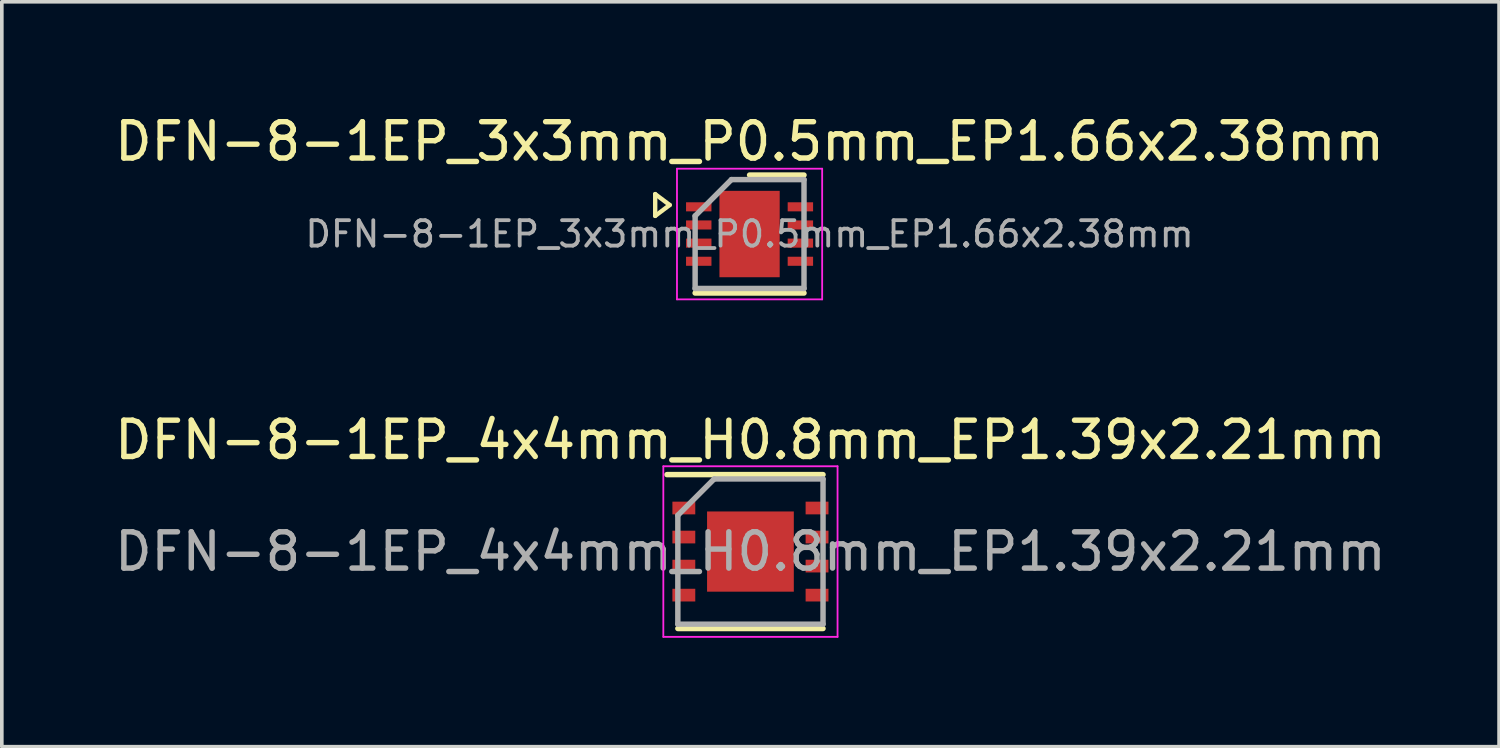
<source format=kicad_pcb>
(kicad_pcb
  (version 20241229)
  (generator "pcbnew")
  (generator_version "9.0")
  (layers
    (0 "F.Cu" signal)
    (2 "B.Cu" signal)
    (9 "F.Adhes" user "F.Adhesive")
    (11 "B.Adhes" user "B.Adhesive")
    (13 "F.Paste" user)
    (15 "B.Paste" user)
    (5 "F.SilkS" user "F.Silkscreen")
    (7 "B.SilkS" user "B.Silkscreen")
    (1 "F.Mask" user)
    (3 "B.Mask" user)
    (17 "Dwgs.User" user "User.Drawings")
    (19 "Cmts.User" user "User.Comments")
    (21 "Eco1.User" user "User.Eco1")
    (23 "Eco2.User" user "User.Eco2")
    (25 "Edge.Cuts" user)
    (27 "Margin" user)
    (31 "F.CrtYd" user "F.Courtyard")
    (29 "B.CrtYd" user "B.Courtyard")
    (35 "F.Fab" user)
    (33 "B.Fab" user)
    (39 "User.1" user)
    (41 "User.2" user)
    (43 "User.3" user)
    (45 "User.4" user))
  (footprint "DFN-8-1EP_4x4mm_H0.8mm_EP1.39x2.21mm"
    (layer "F.Cu")
    (at 17.625 12.146)
    (property "Reference" "DFN-8-1EP_4x4mm_H0.8mm_EP1.39x2.21mm" (at 0 -3.075 0) (layer "F.SilkS") (effects (font (size 1 1) (thickness 0.15))))
    (attr smd)
    (fp_line (start -2.3 -2.12) (end 2 -2.12) (stroke (width 0.15) (type solid)) (layer "F.SilkS"))
    (fp_line (start -2 2.12) (end 2 2.12) (stroke (width 0.15) (type solid)) (layer "F.SilkS"))
    (fp_line (start -2.4 -2.35) (end -2.4 2.35) (stroke (width 0.05) (type solid)) (layer "F.CrtYd"))
    (fp_line (start -2.4 -2.35) (end 2.4 -2.35) (stroke (width 0.05) (type solid)) (layer "F.CrtYd"))
    (fp_line (start -2.4 2.35) (end 2.4 2.35) (stroke (width 0.05) (type solid)) (layer "F.CrtYd"))
    (fp_line (start 2.4 -2.35) (end 2.4 2.35) (stroke (width 0.05) (type solid)) (layer "F.CrtYd"))
    (fp_line (start -2 -1) (end -1 -2) (stroke (width 0.15) (type solid)) (layer "F.Fab"))
    (fp_line (start -2 2) (end -2 -1) (stroke (width 0.15) (type solid)) (layer "F.Fab"))
    (fp_line (start -1 -2) (end 2 -2) (stroke (width 0.15) (type solid)) (layer "F.Fab"))
    (fp_line (start 2 -2) (end 2 2) (stroke (width 0.15) (type solid)) (layer "F.Fab"))
    (fp_line (start 2 2) (end -2 2) (stroke (width 0.15) (type solid)) (layer "F.Fab"))
    (fp_text user "${REFERENCE}" (at 0 0 0) (layer "F.Fab") (effects (font (size 1 1) (thickness 0.15))))
    (pad "" smd rect (at -0.598 -0.552) (size 0.83 0.77) (layers "F.Paste"))
    (pad "" smd rect (at -0.598 0.552) (size 0.83 0.77) (layers "F.Paste"))
    (pad "" smd rect (at 0.598 -0.552) (size 0.83 0.77) (layers "F.Paste"))
    (pad "" smd rect (at 0.598 0.552) (size 0.83 0.77) (layers "F.Paste"))
    (pad "1" smd rect (at -1.835 -1.2) (size 0.63 0.35) (layers "F.Cu" "F.Mask" "F.Paste"))
    (pad "2" smd rect (at -1.835 -0.4) (size 0.63 0.35) (layers "F.Cu" "F.Mask" "F.Paste"))
    (pad "3" smd rect (at -1.835 0.4) (size 0.63 0.35) (layers "F.Cu" "F.Mask" "F.Paste"))
    (pad "4" smd rect (at -1.835 1.2) (size 0.63 0.35) (layers "F.Cu" "F.Mask" "F.Paste"))
    (pad "5" smd rect (at 1.835 1.2) (size 0.63 0.35) (layers "F.Cu" "F.Mask" "F.Paste"))
    (pad "6" smd rect (at 1.835 0.4) (size 0.63 0.35) (layers "F.Cu" "F.Mask" "F.Paste"))
    (pad "7" smd rect (at 1.835 -0.4) (size 0.63 0.35) (layers "F.Cu" "F.Mask" "F.Paste"))
    (pad "8" smd rect (at 1.835 -1.2) (size 0.63 0.35) (layers "F.Cu" "F.Mask" "F.Paste"))
    (pad "9" smd rect (at 0 0) (size 2.39 2.21) (layers "F.Cu" "F.Mask")))
  (footprint "DFN-8-1EP_3x3mm_P0.5mm_EP1.66x2.38mm"
    (layer "F.Cu")
    (at 17.601 3.398)
    (property "Reference" "DFN-8-1EP_3x3mm_P0.5mm_EP1.66x2.38mm" (at 0 -2.55 0) (layer "F.SilkS") (effects (font (size 1 1) (thickness 0.15))))
    (attr smd)
    (fp_line (start -2.6 -1.1) (end -2.6 -0.5) (stroke (width 0.12) (type solid)) (layer "F.SilkS"))
    (fp_line (start -2.6 -0.5) (end -2.2 -0.8) (stroke (width 0.12) (type solid)) (layer "F.SilkS"))
    (fp_line (start -2.2 -0.8) (end -2.6 -1.1) (stroke (width 0.12) (type solid)) (layer "F.SilkS"))
    (fp_line (start -1.5 1.625) (end 1.5 1.625) (stroke (width 0.15) (type solid)) (layer "F.SilkS"))
    (fp_line (start 0 -1.625) (end 1.5 -1.625) (stroke (width 0.15) (type solid)) (layer "F.SilkS"))
    (fp_line (start -2 -1.8) (end -2 1.8) (stroke (width 0.05) (type solid)) (layer "F.CrtYd"))
    (fp_line (start -2 -1.8) (end 2 -1.8) (stroke (width 0.05) (type solid)) (layer "F.CrtYd"))
    (fp_line (start -2 1.8) (end 2 1.8) (stroke (width 0.05) (type solid)) (layer "F.CrtYd"))
    (fp_line (start 2 -1.8) (end 2 1.8) (stroke (width 0.05) (type solid)) (layer "F.CrtYd"))
    (fp_line (start -1.5 -0.5) (end -0.5 -1.5) (stroke (width 0.15) (type solid)) (layer "F.Fab"))
    (fp_line (start -1.5 1.5) (end -1.5 -0.5) (stroke (width 0.15) (type solid)) (layer "F.Fab"))
    (fp_line (start -0.5 -1.5) (end 1.5 -1.5) (stroke (width 0.15) (type solid)) (layer "F.Fab"))
    (fp_line (start 1.5 -1.5) (end 1.5 1.5) (stroke (width 0.15) (type solid)) (layer "F.Fab"))
    (fp_line (start 1.5 1.5) (end -1.5 1.5) (stroke (width 0.15) (type solid)) (layer "F.Fab"))
    (fp_text user "${REFERENCE}" (at 0 0 0) (layer "F.Fab") (effects (font (size 0.7 0.7) (thickness 0.105))))
    (pad "" smd rect (at -0.415 -0.595) (size 0.64 1) (layers "F.Paste"))
    (pad "" smd rect (at -0.415 0.595) (size 0.64 1) (layers "F.Paste"))
    (pad "" smd rect (at 0.415 -0.595) (size 0.64 1) (layers "F.Paste"))
    (pad "" smd rect (at 0.415 0.595) (size 0.64 1) (layers "F.Paste"))
    (pad "1" smd rect (at -1.4 -0.75) (size 0.7 0.25) (layers "F.Cu" "F.Mask" "F.Paste"))
    (pad "2" smd rect (at -1.4 -0.25) (size 0.7 0.25) (layers "F.Cu" "F.Mask" "F.Paste"))
    (pad "3" smd rect (at -1.4 0.25) (size 0.7 0.25) (layers "F.Cu" "F.Mask" "F.Paste"))
    (pad "4" smd rect (at -1.4 0.75) (size 0.7 0.25) (layers "F.Cu" "F.Mask" "F.Paste"))
    (pad "5" smd rect (at 1.4 0.75) (size 0.7 0.25) (layers "F.Cu" "F.Mask" "F.Paste"))
    (pad "6" smd rect (at 1.4 0.25) (size 0.7 0.25) (layers "F.Cu" "F.Mask" "F.Paste"))
    (pad "7" smd rect (at 1.4 -0.25) (size 0.7 0.25) (layers "F.Cu" "F.Mask" "F.Paste"))
    (pad "8" smd rect (at 1.4 -0.75) (size 0.7 0.25) (layers "F.Cu" "F.Mask" "F.Paste"))
    (pad "9" smd rect (at 0 0) (size 1.66 2.38) (layers "F.Cu" "F.Mask")))
  (gr_rect
    (start -3 -3)
    (end 38.25 17.521)
    (stroke (width 0.1) (type default))
    (fill no)
    (layer "Edge.Cuts")))
</source>
